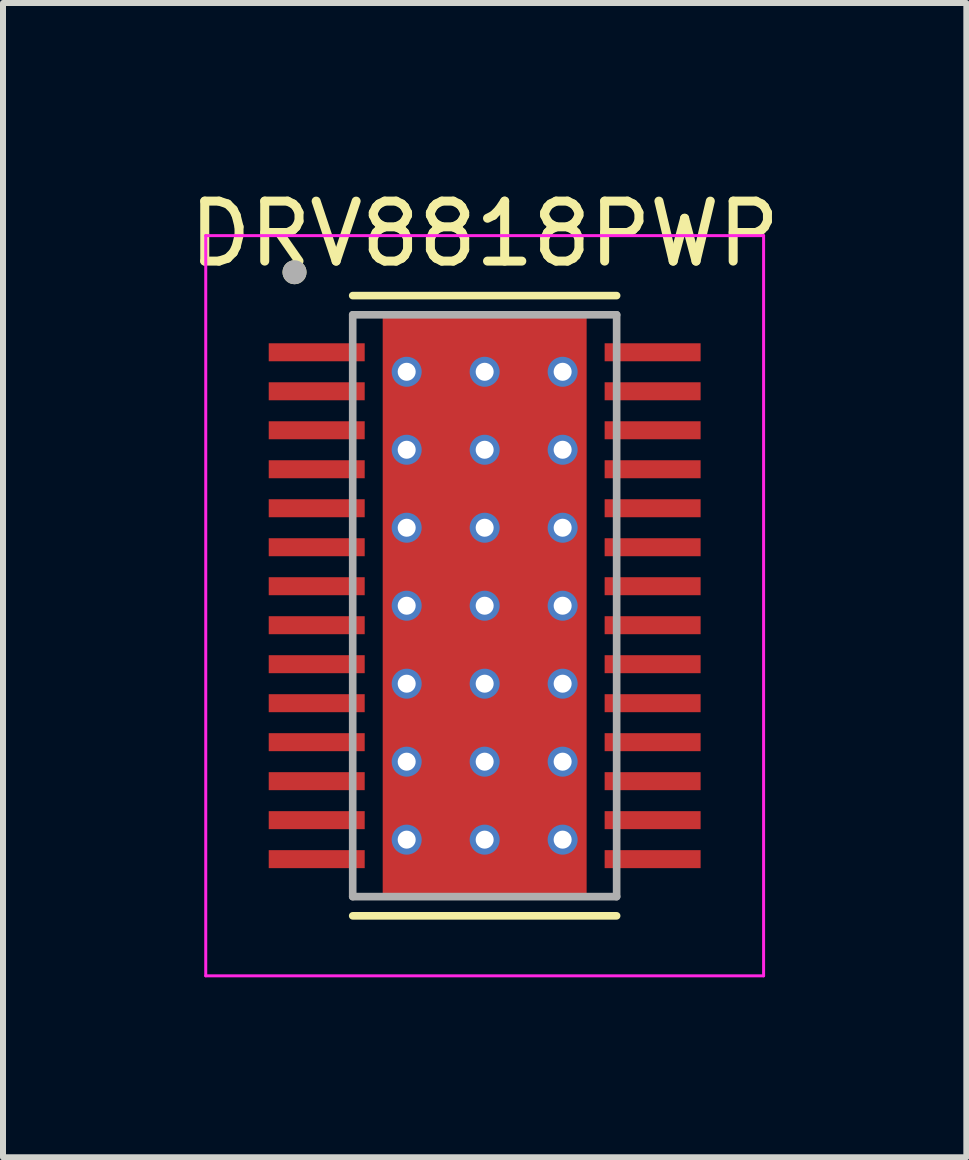
<source format=kicad_pcb>
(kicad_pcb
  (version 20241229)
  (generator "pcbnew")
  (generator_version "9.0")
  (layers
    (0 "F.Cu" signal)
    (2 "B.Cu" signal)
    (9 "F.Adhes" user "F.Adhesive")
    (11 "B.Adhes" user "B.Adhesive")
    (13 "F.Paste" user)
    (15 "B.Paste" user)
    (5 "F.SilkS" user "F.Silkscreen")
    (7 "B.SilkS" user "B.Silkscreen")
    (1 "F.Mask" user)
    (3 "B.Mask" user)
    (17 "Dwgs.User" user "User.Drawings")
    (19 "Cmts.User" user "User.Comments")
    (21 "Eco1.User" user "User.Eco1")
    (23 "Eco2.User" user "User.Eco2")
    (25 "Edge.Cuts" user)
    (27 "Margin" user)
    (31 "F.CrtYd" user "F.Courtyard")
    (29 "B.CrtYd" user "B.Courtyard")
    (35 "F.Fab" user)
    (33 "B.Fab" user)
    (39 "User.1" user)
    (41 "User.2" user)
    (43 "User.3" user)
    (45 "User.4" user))
  (footprint "DRV8818PWP"
    (layer "F.Cu")
    (at 5.03 7.048)
    (property "Reference" "DRV8818PWP" (at 0 -6.2 0) (layer "F.SilkS") (effects (font (size 1 1) (thickness 0.15))))
    (attr through_hole)
    (fp_poly (pts (xy -3.67 -4.445) (xy -1.93 -4.445) (xy -1.93 -4.005) (xy -3.67 -4.005)) (stroke (width 0.01) (type solid)) (fill yes) (layer "F.Mask"))
    (fp_poly (pts (xy -3.67 -3.795) (xy -1.93 -3.795) (xy -1.93 -3.355) (xy -3.67 -3.355)) (stroke (width 0.01) (type solid)) (fill yes) (layer "F.Mask"))
    (fp_poly (pts (xy -3.67 -3.145) (xy -1.93 -3.145) (xy -1.93 -2.705) (xy -3.67 -2.705)) (stroke (width 0.01) (type solid)) (fill yes) (layer "F.Mask"))
    (fp_poly (pts (xy -3.67 -2.495) (xy -1.93 -2.495) (xy -1.93 -2.055) (xy -3.67 -2.055)) (stroke (width 0.01) (type solid)) (fill yes) (layer "F.Mask"))
    (fp_poly (pts (xy -3.67 -1.845) (xy -1.93 -1.845) (xy -1.93 -1.405) (xy -3.67 -1.405)) (stroke (width 0.01) (type solid)) (fill yes) (layer "F.Mask"))
    (fp_poly (pts (xy -3.67 -1.195) (xy -1.93 -1.195) (xy -1.93 -0.755) (xy -3.67 -0.755)) (stroke (width 0.01) (type solid)) (fill yes) (layer "F.Mask"))
    (fp_poly (pts (xy -3.67 -0.545) (xy -1.93 -0.545) (xy -1.93 -0.105) (xy -3.67 -0.105)) (stroke (width 0.01) (type solid)) (fill yes) (layer "F.Mask"))
    (fp_poly (pts (xy -3.67 0.105) (xy -1.93 0.105) (xy -1.93 0.545) (xy -3.67 0.545)) (stroke (width 0.01) (type solid)) (fill yes) (layer "F.Mask"))
    (fp_poly (pts (xy -3.67 0.755) (xy -1.93 0.755) (xy -1.93 1.195) (xy -3.67 1.195)) (stroke (width 0.01) (type solid)) (fill yes) (layer "F.Mask"))
    (fp_poly (pts (xy -3.67 1.405) (xy -1.93 1.405) (xy -1.93 1.845) (xy -3.67 1.845)) (stroke (width 0.01) (type solid)) (fill yes) (layer "F.Mask"))
    (fp_poly (pts (xy -3.67 2.055) (xy -1.93 2.055) (xy -1.93 2.495) (xy -3.67 2.495)) (stroke (width 0.01) (type solid)) (fill yes) (layer "F.Mask"))
    (fp_poly (pts (xy -3.67 2.705) (xy -1.93 2.705) (xy -1.93 3.145) (xy -3.67 3.145)) (stroke (width 0.01) (type solid)) (fill yes) (layer "F.Mask"))
    (fp_poly (pts (xy -3.67 3.355) (xy -1.93 3.355) (xy -1.93 3.795) (xy -3.67 3.795)) (stroke (width 0.01) (type solid)) (fill yes) (layer "F.Mask"))
    (fp_poly (pts (xy -3.67 4.005) (xy -1.93 4.005) (xy -1.93 4.445) (xy -3.67 4.445)) (stroke (width 0.01) (type solid)) (fill yes) (layer "F.Mask"))
    (fp_poly (pts (xy -1.2 -3.23) (xy 1.2 -3.23) (xy 1.2 3.23) (xy -1.2 3.23)) (stroke (width 0.01) (type solid)) (fill yes) (layer "F.Mask"))
    (fp_poly (pts (xy 1.93 -4.445) (xy 3.67 -4.445) (xy 3.67 -4.005) (xy 1.93 -4.005)) (stroke (width 0.01) (type solid)) (fill yes) (layer "F.Mask"))
    (fp_poly (pts (xy 1.93 -3.795) (xy 3.67 -3.795) (xy 3.67 -3.355) (xy 1.93 -3.355)) (stroke (width 0.01) (type solid)) (fill yes) (layer "F.Mask"))
    (fp_poly (pts (xy 1.93 -3.145) (xy 3.67 -3.145) (xy 3.67 -2.705) (xy 1.93 -2.705)) (stroke (width 0.01) (type solid)) (fill yes) (layer "F.Mask"))
    (fp_poly (pts (xy 1.93 -2.495) (xy 3.67 -2.495) (xy 3.67 -2.055) (xy 1.93 -2.055)) (stroke (width 0.01) (type solid)) (fill yes) (layer "F.Mask"))
    (fp_poly (pts (xy 1.93 -1.845) (xy 3.67 -1.845) (xy 3.67 -1.405) (xy 1.93 -1.405)) (stroke (width 0.01) (type solid)) (fill yes) (layer "F.Mask"))
    (fp_poly (pts (xy 1.93 -1.195) (xy 3.67 -1.195) (xy 3.67 -0.755) (xy 1.93 -0.755)) (stroke (width 0.01) (type solid)) (fill yes) (layer "F.Mask"))
    (fp_poly (pts (xy 1.93 -0.545) (xy 3.67 -0.545) (xy 3.67 -0.105) (xy 1.93 -0.105)) (stroke (width 0.01) (type solid)) (fill yes) (layer "F.Mask"))
    (fp_poly (pts (xy 1.93 0.105) (xy 3.67 0.105) (xy 3.67 0.545) (xy 1.93 0.545)) (stroke (width 0.01) (type solid)) (fill yes) (layer "F.Mask"))
    (fp_poly (pts (xy 1.93 0.755) (xy 3.67 0.755) (xy 3.67 1.195) (xy 1.93 1.195)) (stroke (width 0.01) (type solid)) (fill yes) (layer "F.Mask"))
    (fp_poly (pts (xy 1.93 1.405) (xy 3.67 1.405) (xy 3.67 1.845) (xy 1.93 1.845)) (stroke (width 0.01) (type solid)) (fill yes) (layer "F.Mask"))
    (fp_poly (pts (xy 1.93 2.055) (xy 3.67 2.055) (xy 3.67 2.495) (xy 1.93 2.495)) (stroke (width 0.01) (type solid)) (fill yes) (layer "F.Mask"))
    (fp_poly (pts (xy 1.93 2.705) (xy 3.67 2.705) (xy 3.67 3.145) (xy 1.93 3.145)) (stroke (width 0.01) (type solid)) (fill yes) (layer "F.Mask"))
    (fp_poly (pts (xy 1.93 3.355) (xy 3.67 3.355) (xy 3.67 3.795) (xy 1.93 3.795)) (stroke (width 0.01) (type solid)) (fill yes) (layer "F.Mask"))
    (fp_poly (pts (xy 1.93 4.005) (xy 3.67 4.005) (xy 3.67 4.445) (xy 1.93 4.445)) (stroke (width 0.01) (type solid)) (fill yes) (layer "F.Mask"))
    (fp_line (start -2.2 -5.17) (end 2.2 -5.17) (stroke (width 0.127) (type solid)) (layer "F.SilkS"))
    (fp_line (start -2.2 5.17) (end 2.2 5.17) (stroke (width 0.127) (type solid)) (layer "F.SilkS"))
    (fp_circle (center -3.17 -5.56) (end -3.07 -5.56) (stroke (width 0.2) (type solid)) (fill no) (layer "F.SilkS"))
    (fp_poly (pts (xy -3.575 -4.35) (xy -2.025 -4.35) (xy -2.025 -4.1) (xy -3.575 -4.1)) (stroke (width 0.01) (type solid)) (fill yes) (layer "F.Paste"))
    (fp_poly (pts (xy -3.575 -3.7) (xy -2.025 -3.7) (xy -2.025 -3.45) (xy -3.575 -3.45)) (stroke (width 0.01) (type solid)) (fill yes) (layer "F.Paste"))
    (fp_poly (pts (xy -3.575 -3.05) (xy -2.025 -3.05) (xy -2.025 -2.8) (xy -3.575 -2.8)) (stroke (width 0.01) (type solid)) (fill yes) (layer "F.Paste"))
    (fp_poly (pts (xy -3.575 -2.4) (xy -2.025 -2.4) (xy -2.025 -2.15) (xy -3.575 -2.15)) (stroke (width 0.01) (type solid)) (fill yes) (layer "F.Paste"))
    (fp_poly (pts (xy -3.575 -1.75) (xy -2.025 -1.75) (xy -2.025 -1.5) (xy -3.575 -1.5)) (stroke (width 0.01) (type solid)) (fill yes) (layer "F.Paste"))
    (fp_poly (pts (xy -3.575 -1.1) (xy -2.025 -1.1) (xy -2.025 -0.85) (xy -3.575 -0.85)) (stroke (width 0.01) (type solid)) (fill yes) (layer "F.Paste"))
    (fp_poly (pts (xy -3.575 -0.45) (xy -2.025 -0.45) (xy -2.025 -0.2) (xy -3.575 -0.2)) (stroke (width 0.01) (type solid)) (fill yes) (layer "F.Paste"))
    (fp_poly (pts (xy -3.575 0.2) (xy -2.025 0.2) (xy -2.025 0.45) (xy -3.575 0.45)) (stroke (width 0.01) (type solid)) (fill yes) (layer "F.Paste"))
    (fp_poly (pts (xy -3.575 0.85) (xy -2.025 0.85) (xy -2.025 1.1) (xy -3.575 1.1)) (stroke (width 0.01) (type solid)) (fill yes) (layer "F.Paste"))
    (fp_poly (pts (xy -3.575 1.5) (xy -2.025 1.5) (xy -2.025 1.75) (xy -3.575 1.75)) (stroke (width 0.01) (type solid)) (fill yes) (layer "F.Paste"))
    (fp_poly (pts (xy -3.575 2.15) (xy -2.025 2.15) (xy -2.025 2.4) (xy -3.575 2.4)) (stroke (width 0.01) (type solid)) (fill yes) (layer "F.Paste"))
    (fp_poly (pts (xy -3.575 2.8) (xy -2.025 2.8) (xy -2.025 3.05) (xy -3.575 3.05)) (stroke (width 0.01) (type solid)) (fill yes) (layer "F.Paste"))
    (fp_poly (pts (xy -3.575 3.45) (xy -2.025 3.45) (xy -2.025 3.7) (xy -3.575 3.7)) (stroke (width 0.01) (type solid)) (fill yes) (layer "F.Paste"))
    (fp_poly (pts (xy -3.575 4.1) (xy -2.025 4.1) (xy -2.025 4.35) (xy -3.575 4.35)) (stroke (width 0.01) (type solid)) (fill yes) (layer "F.Paste"))
    (fp_poly (pts (xy -1.2 -3.23) (xy 1.2 -3.23) (xy 1.2 3.23) (xy -1.2 3.23)) (stroke (width 0.01) (type solid)) (fill yes) (layer "F.Paste"))
    (fp_poly (pts (xy 2.025 -4.35) (xy 3.575 -4.35) (xy 3.575 -4.1) (xy 2.025 -4.1)) (stroke (width 0.01) (type solid)) (fill yes) (layer "F.Paste"))
    (fp_poly (pts (xy 2.025 -3.7) (xy 3.575 -3.7) (xy 3.575 -3.45) (xy 2.025 -3.45)) (stroke (width 0.01) (type solid)) (fill yes) (layer "F.Paste"))
    (fp_poly (pts (xy 2.025 -3.05) (xy 3.575 -3.05) (xy 3.575 -2.8) (xy 2.025 -2.8)) (stroke (width 0.01) (type solid)) (fill yes) (layer "F.Paste"))
    (fp_poly (pts (xy 2.025 -2.4) (xy 3.575 -2.4) (xy 3.575 -2.15) (xy 2.025 -2.15)) (stroke (width 0.01) (type solid)) (fill yes) (layer "F.Paste"))
    (fp_poly (pts (xy 2.025 -1.75) (xy 3.575 -1.75) (xy 3.575 -1.5) (xy 2.025 -1.5)) (stroke (width 0.01) (type solid)) (fill yes) (layer "F.Paste"))
    (fp_poly (pts (xy 2.025 -1.1) (xy 3.575 -1.1) (xy 3.575 -0.85) (xy 2.025 -0.85)) (stroke (width 0.01) (type solid)) (fill yes) (layer "F.Paste"))
    (fp_poly (pts (xy 2.025 -0.45) (xy 3.575 -0.45) (xy 3.575 -0.2) (xy 2.025 -0.2)) (stroke (width 0.01) (type solid)) (fill yes) (layer "F.Paste"))
    (fp_poly (pts (xy 2.025 0.2) (xy 3.575 0.2) (xy 3.575 0.45) (xy 2.025 0.45)) (stroke (width 0.01) (type solid)) (fill yes) (layer "F.Paste"))
    (fp_poly (pts (xy 2.025 0.85) (xy 3.575 0.85) (xy 3.575 1.1) (xy 2.025 1.1)) (stroke (width 0.01) (type solid)) (fill yes) (layer "F.Paste"))
    (fp_poly (pts (xy 2.025 1.5) (xy 3.575 1.5) (xy 3.575 1.75) (xy 2.025 1.75)) (stroke (width 0.01) (type solid)) (fill yes) (layer "F.Paste"))
    (fp_poly (pts (xy 2.025 2.15) (xy 3.575 2.15) (xy 3.575 2.4) (xy 2.025 2.4)) (stroke (width 0.01) (type solid)) (fill yes) (layer "F.Paste"))
    (fp_poly (pts (xy 2.025 2.8) (xy 3.575 2.8) (xy 3.575 3.05) (xy 2.025 3.05)) (stroke (width 0.01) (type solid)) (fill yes) (layer "F.Paste"))
    (fp_poly (pts (xy 2.025 3.45) (xy 3.575 3.45) (xy 3.575 3.7) (xy 2.025 3.7)) (stroke (width 0.01) (type solid)) (fill yes) (layer "F.Paste"))
    (fp_poly (pts (xy 2.025 4.1) (xy 3.575 4.1) (xy 3.575 4.35) (xy 2.025 4.35)) (stroke (width 0.01) (type solid)) (fill yes) (layer "F.Paste"))
    (fp_line (start -4.65 -6.17) (end -4.65 6.17) (stroke (width 0.05) (type solid)) (layer "F.CrtYd"))
    (fp_line (start -4.65 -6.17) (end 4.65 -6.17) (stroke (width 0.05) (type solid)) (layer "F.CrtYd"))
    (fp_line (start -4.65 6.17) (end 4.65 6.17) (stroke (width 0.05) (type solid)) (layer "F.CrtYd"))
    (fp_line (start 4.65 -6.17) (end 4.65 6.17) (stroke (width 0.05) (type solid)) (layer "F.CrtYd"))
    (fp_line (start -2.2 -4.85) (end -2.2 4.85) (stroke (width 0.127) (type solid)) (layer "F.Fab"))
    (fp_line (start -2.2 -4.85) (end 2.2 -4.85) (stroke (width 0.127) (type solid)) (layer "F.Fab"))
    (fp_line (start -2.2 4.85) (end 2.2 4.85) (stroke (width 0.127) (type solid)) (layer "F.Fab"))
    (fp_line (start 2.2 -4.85) (end 2.2 4.85) (stroke (width 0.127) (type solid)) (layer "F.Fab"))
    (fp_circle (center -3.17 -5.56) (end -3.07 -5.56) (stroke (width 0.2) (type solid)) (fill no) (layer "F.Fab"))
    (pad "1" smd rect (at -2.8 -4.225) (size 1.6 0.3) (layers "F.Cu"))
    (pad "2" smd rect (at -2.8 -3.575) (size 1.6 0.3) (layers "F.Cu"))
    (pad "3" smd rect (at -2.8 -2.925) (size 1.6 0.3) (layers "F.Cu"))
    (pad "4" smd rect (at -2.8 -2.275) (size 1.6 0.3) (layers "F.Cu"))
    (pad "5" smd rect (at -2.8 -1.625) (size 1.6 0.3) (layers "F.Cu"))
    (pad "6" smd rect (at -2.8 -0.975) (size 1.6 0.3) (layers "F.Cu"))
    (pad "7" smd rect (at -2.8 -0.325) (size 1.6 0.3) (layers "F.Cu"))
    (pad "8" smd rect (at -2.8 0.325) (size 1.6 0.3) (layers "F.Cu"))
    (pad "9" smd rect (at -2.8 0.975) (size 1.6 0.3) (layers "F.Cu"))
    (pad "10" smd rect (at -2.8 1.625) (size 1.6 0.3) (layers "F.Cu"))
    (pad "11" smd rect (at -2.8 2.275) (size 1.6 0.3) (layers "F.Cu"))
    (pad "12" smd rect (at -2.8 2.925) (size 1.6 0.3) (layers "F.Cu"))
    (pad "13" smd rect (at -2.8 3.575) (size 1.6 0.3) (layers "F.Cu"))
    (pad "14" smd rect (at -2.8 4.225) (size 1.6 0.3) (layers "F.Cu"))
    (pad "15" smd rect (at 2.8 4.225) (size 1.6 0.3) (layers "F.Cu"))
    (pad "16" smd rect (at 2.8 3.575) (size 1.6 0.3) (layers "F.Cu"))
    (pad "17" smd rect (at 2.8 2.925) (size 1.6 0.3) (layers "F.Cu"))
    (pad "18" smd rect (at 2.8 2.275) (size 1.6 0.3) (layers "F.Cu"))
    (pad "19" smd rect (at 2.8 1.625) (size 1.6 0.3) (layers "F.Cu"))
    (pad "20" smd rect (at 2.8 0.975) (size 1.6 0.3) (layers "F.Cu"))
    (pad "21" smd rect (at 2.8 0.325) (size 1.6 0.3) (layers "F.Cu"))
    (pad "22" smd rect (at 2.8 -0.325) (size 1.6 0.3) (layers "F.Cu"))
    (pad "23" smd rect (at 2.8 -0.975) (size 1.6 0.3) (layers "F.Cu"))
    (pad "24" smd rect (at 2.8 -1.625) (size 1.6 0.3) (layers "F.Cu"))
    (pad "25" smd rect (at 2.8 -2.275) (size 1.6 0.3) (layers "F.Cu"))
    (pad "26" smd rect (at 2.8 -2.925) (size 1.6 0.3) (layers "F.Cu"))
    (pad "27" smd rect (at 2.8 -3.575) (size 1.6 0.3) (layers "F.Cu"))
    (pad "28" smd rect (at 2.8 -4.225) (size 1.6 0.3) (layers "F.Cu"))
    (pad "29" smd rect (at 0 0) (size 3.4 9.7) (layers "F.Cu"))
    (pad "30" thru_hole circle (at 0 0) (size 0.5 0.5) (drill 0.3) (layers "*.Cu"))
    (pad "31" thru_hole circle (at 0 -1.3) (size 0.5 0.5) (drill 0.3) (layers "*.Cu"))
    (pad "32" thru_hole circle (at 0 -2.6) (size 0.5 0.5) (drill 0.3) (layers "*.Cu"))
    (pad "33" thru_hole circle (at 0 -3.9) (size 0.5 0.5) (drill 0.3) (layers "*.Cu"))
    (pad "34" thru_hole circle (at 0 1.3) (size 0.5 0.5) (drill 0.3) (layers "*.Cu"))
    (pad "35" thru_hole circle (at 0 2.6) (size 0.5 0.5) (drill 0.3) (layers "*.Cu"))
    (pad "36" thru_hole circle (at 0 3.9) (size 0.5 0.5) (drill 0.3) (layers "*.Cu"))
    (pad "37" thru_hole circle (at -1.3 -3.9) (size 0.5 0.5) (drill 0.3) (layers "*.Cu"))
    (pad "38" thru_hole circle (at 1.3 -3.9) (size 0.5 0.5) (drill 0.3) (layers "*.Cu"))
    (pad "39" thru_hole circle (at -1.3 -2.6) (size 0.5 0.5) (drill 0.3) (layers "*.Cu"))
    (pad "40" thru_hole circle (at 1.3 -2.6) (size 0.5 0.5) (drill 0.3) (layers "*.Cu"))
    (pad "41" thru_hole circle (at 1.3 -1.3) (size 0.5 0.5) (drill 0.3) (layers "*.Cu"))
    (pad "42" thru_hole circle (at -1.3 -1.3) (size 0.5 0.5) (drill 0.3) (layers "*.Cu"))
    (pad "43" thru_hole circle (at -1.3 0) (size 0.5 0.5) (drill 0.3) (layers "*.Cu"))
    (pad "44" thru_hole circle (at 1.3 0) (size 0.5 0.5) (drill 0.3) (layers "*.Cu"))
    (pad "45" thru_hole circle (at -1.3 1.3) (size 0.5 0.5) (drill 0.3) (layers "*.Cu"))
    (pad "46" thru_hole circle (at 1.3 1.3) (size 0.5 0.5) (drill 0.3) (layers "*.Cu"))
    (pad "47" thru_hole circle (at -1.3 2.6) (size 0.5 0.5) (drill 0.3) (layers "*.Cu"))
    (pad "48" thru_hole circle (at 1.3 2.6) (size 0.5 0.5) (drill 0.3) (layers "*.Cu"))
    (pad "49" thru_hole circle (at -1.3 3.9) (size 0.5 0.5) (drill 0.3) (layers "*.Cu"))
    (pad "50" thru_hole circle (at 1.3 3.9) (size 0.5 0.5) (drill 0.3) (layers "*.Cu")))
  (gr_rect
    (start -3 -3)
    (end 13.06 16.243)
    (stroke (width 0.1) (type default))
    (fill no)
    (layer "Edge.Cuts")))
</source>
